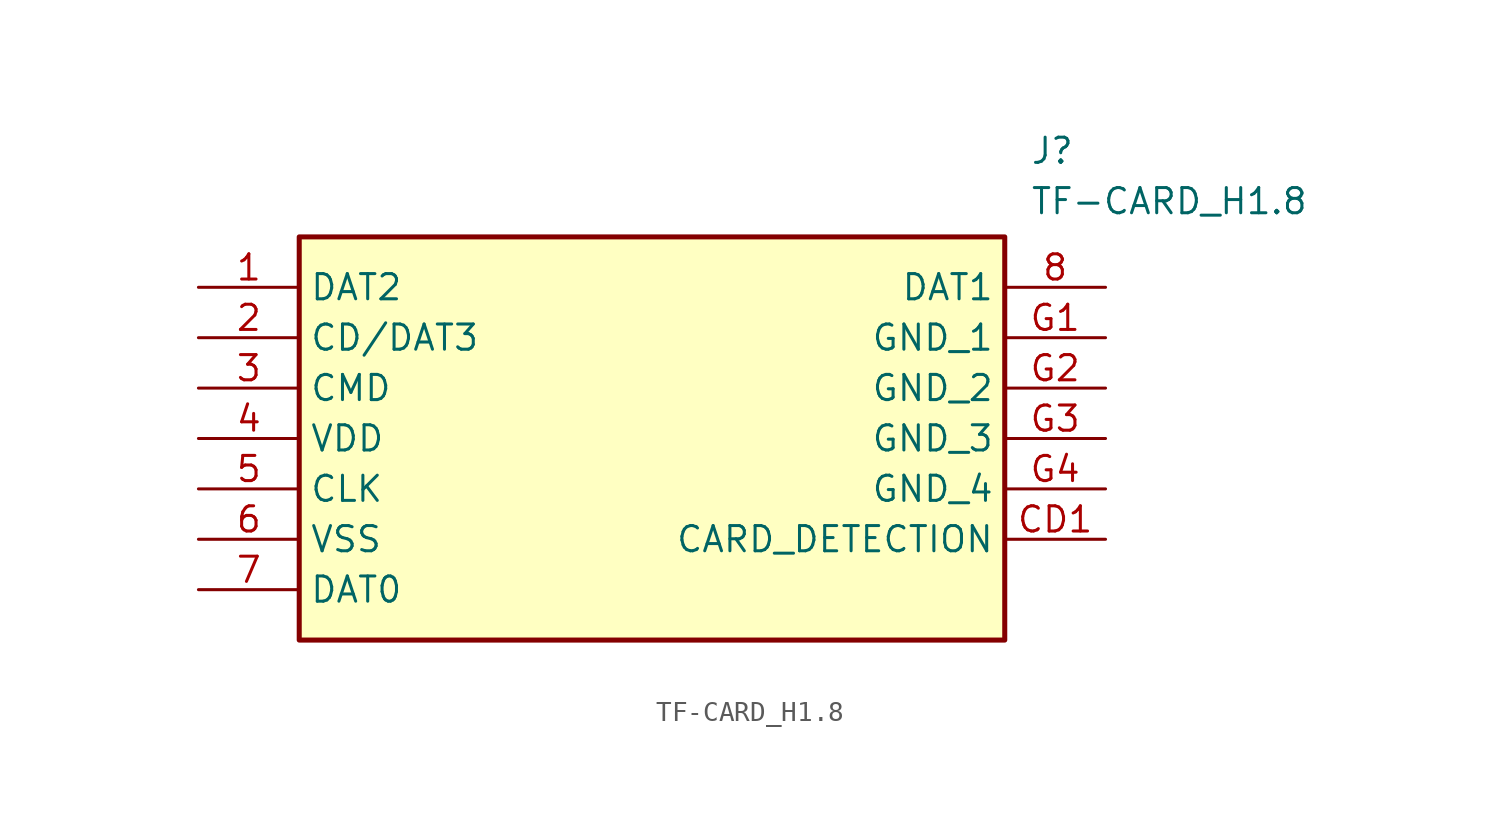
<source format=kicad_sym>
(kicad_symbol_lib
  (version 20211014)
  (generator SamacSys_ECAD_Model)
  (symbol "TF-CARD_H1.8"
    (property "Reference" "J"
      (at 41.91 7.62 0)
      (effects (font (size 1.27 1.27)) (justify left top)))
    (property "Value" "TF-CARD_H1.8"
      (at 41.91 5.08 0)
      (effects (font (size 1.27 1.27)) (justify left top)))
    (rectangle
      (start 5.08 2.54)
      (end 40.64 -17.78)
      (stroke (width 0.254) (type default))
      (fill (type background)))
    (pin passive line
      (at 0 0 0)
      (length 5.08)
      (name "DAT2" (effects (font (size 1.27 1.27))))
      (number "1" (effects (font (size 1.27 1.27)))))
    (pin passive line
      (at 0 -2.54 0)
      (length 5.08)
      (name "CD/DAT3" (effects (font (size 1.27 1.27))))
      (number "2" (effects (font (size 1.27 1.27)))))
    (pin passive line
      (at 0 -5.08 0)
      (length 5.08)
      (name "CMD" (effects (font (size 1.27 1.27))))
      (number "3" (effects (font (size 1.27 1.27)))))
    (pin passive line
      (at 0 -7.62 0)
      (length 5.08)
      (name "VDD" (effects (font (size 1.27 1.27))))
      (number "4" (effects (font (size 1.27 1.27)))))
    (pin passive line
      (at 0 -10.16 0)
      (length 5.08)
      (name "CLK" (effects (font (size 1.27 1.27))))
      (number "5" (effects (font (size 1.27 1.27)))))
    (pin passive line
      (at 0 -12.7 0)
      (length 5.08)
      (name "VSS" (effects (font (size 1.27 1.27))))
      (number "6" (effects (font (size 1.27 1.27)))))
    (pin passive line
      (at 0 -15.24 0)
      (length 5.08)
      (name "DAT0" (effects (font (size 1.27 1.27))))
      (number "7" (effects (font (size 1.27 1.27)))))
    (pin passive line
      (at 45.72 0 180)
      (length 5.08)
      (name "DAT1" (effects (font (size 1.27 1.27))))
      (number "8" (effects (font (size 1.27 1.27)))))
    (pin passive line
      (at 45.72 -2.54 180)
      (length 5.08)
      (name "GND_1" (effects (font (size 1.27 1.27))))
      (number "G1" (effects (font (size 1.27 1.27)))))
    (pin passive line
      (at 45.72 -5.08 180)
      (length 5.08)
      (name "GND_2" (effects (font (size 1.27 1.27))))
      (number "G2" (effects (font (size 1.27 1.27)))))
    (pin passive line
      (at 45.72 -7.62 180)
      (length 5.08)
      (name "GND_3" (effects (font (size 1.27 1.27))))
      (number "G3" (effects (font (size 1.27 1.27)))))
    (pin passive line
      (at 45.72 -10.16 180)
      (length 5.08)
      (name "GND_4" (effects (font (size 1.27 1.27))))
      (number "G4" (effects (font (size 1.27 1.27)))))
    (pin passive line
      (at 45.72 -12.7 180)
      (length 5.08)
      (name "CARD_DETECTION" (effects (font (size 1.27 1.27))))
      (number "CD1" (effects (font (size 1.27 1.27)))))))
</source>
